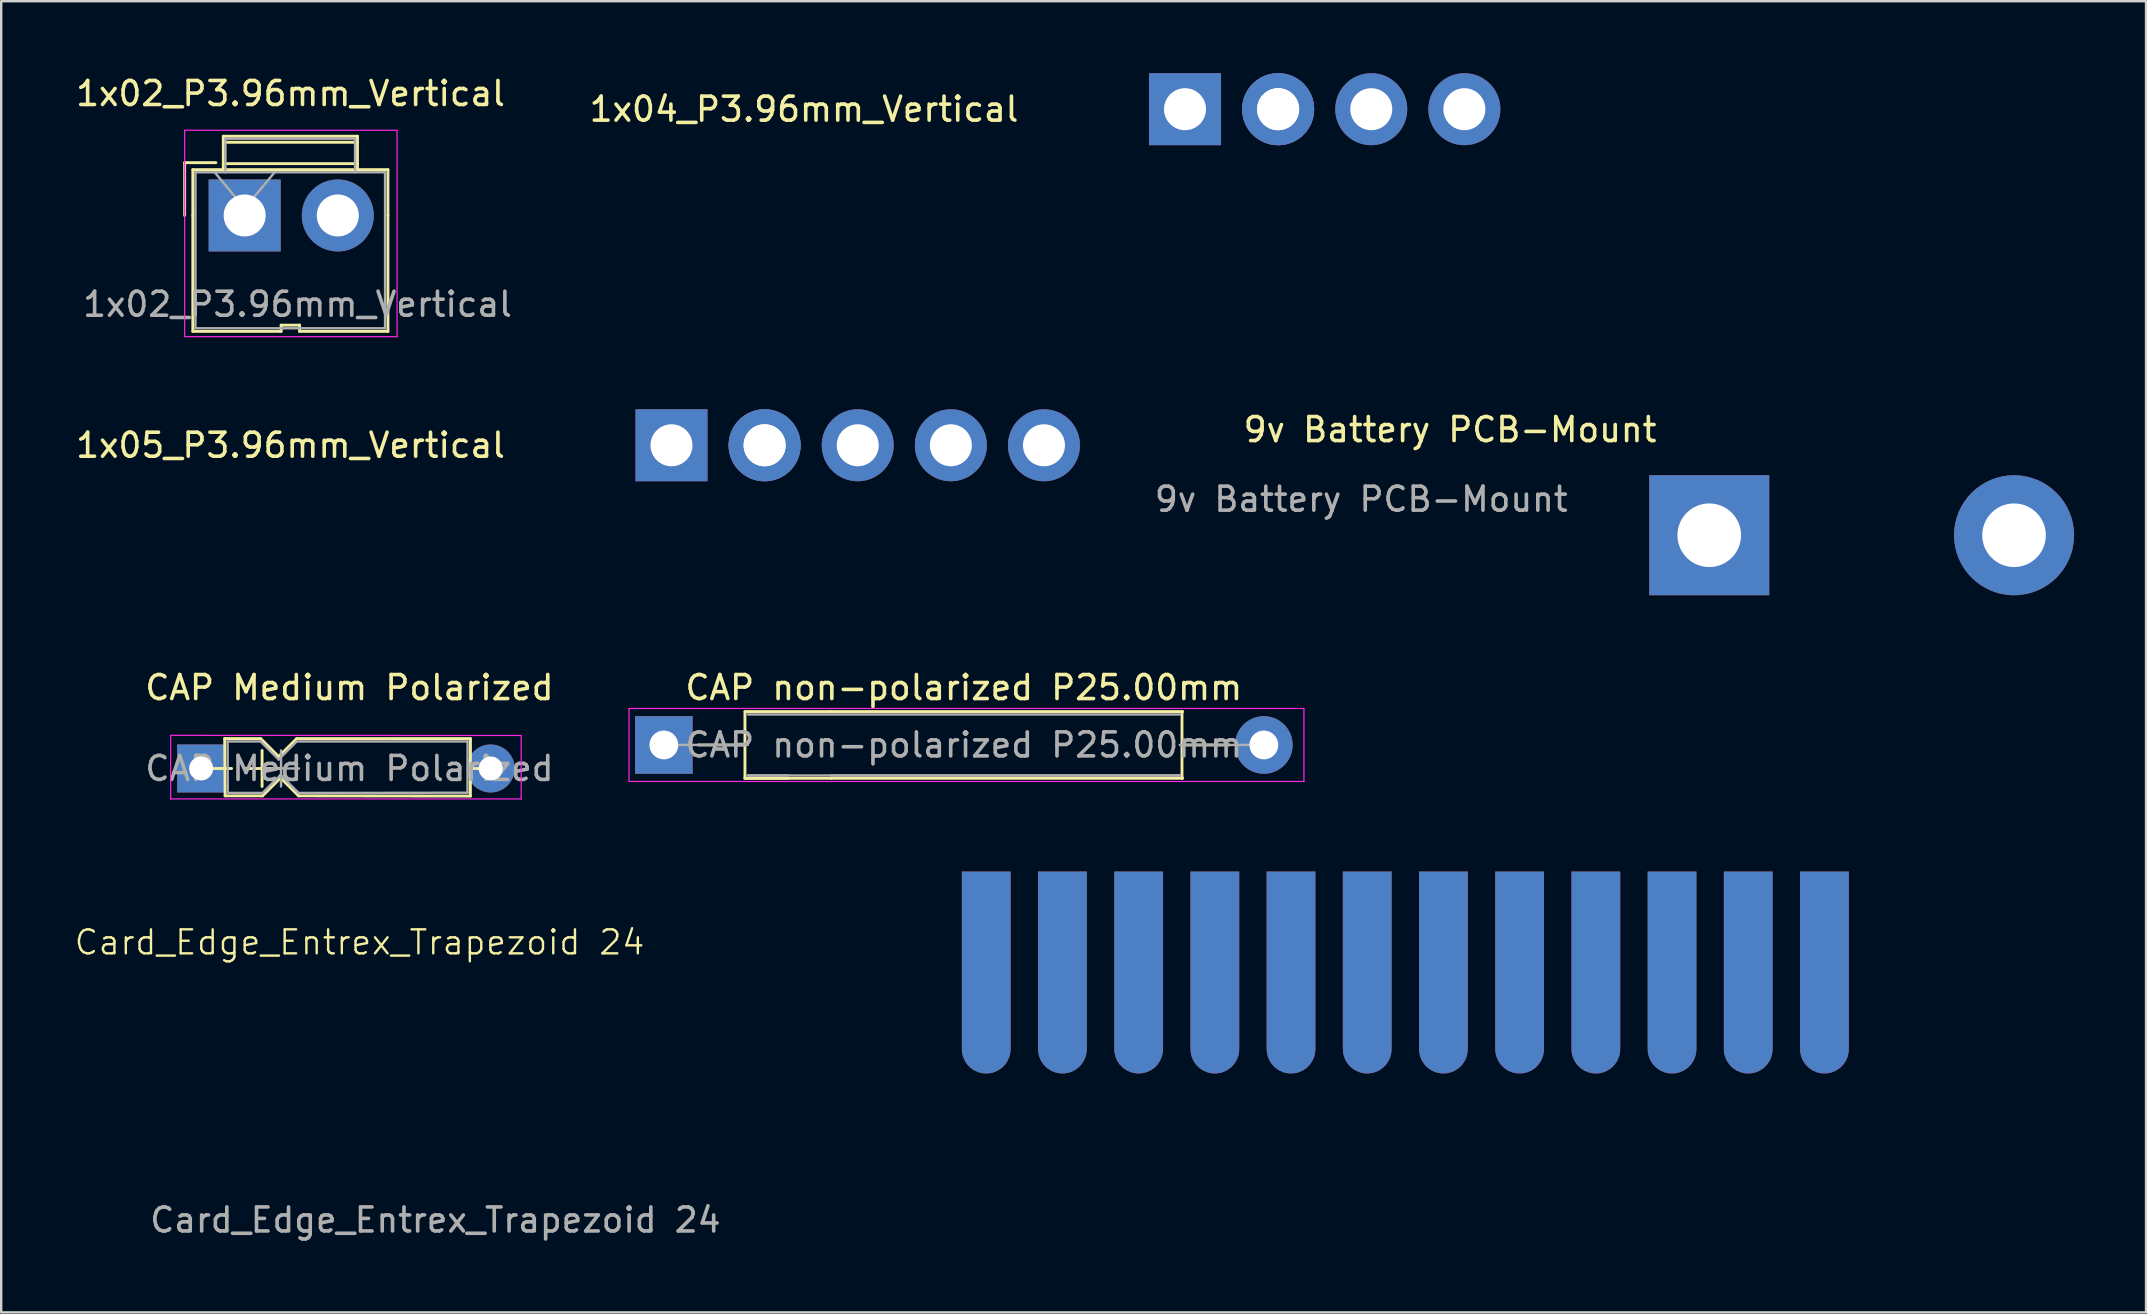
<source format=kicad_pcb>
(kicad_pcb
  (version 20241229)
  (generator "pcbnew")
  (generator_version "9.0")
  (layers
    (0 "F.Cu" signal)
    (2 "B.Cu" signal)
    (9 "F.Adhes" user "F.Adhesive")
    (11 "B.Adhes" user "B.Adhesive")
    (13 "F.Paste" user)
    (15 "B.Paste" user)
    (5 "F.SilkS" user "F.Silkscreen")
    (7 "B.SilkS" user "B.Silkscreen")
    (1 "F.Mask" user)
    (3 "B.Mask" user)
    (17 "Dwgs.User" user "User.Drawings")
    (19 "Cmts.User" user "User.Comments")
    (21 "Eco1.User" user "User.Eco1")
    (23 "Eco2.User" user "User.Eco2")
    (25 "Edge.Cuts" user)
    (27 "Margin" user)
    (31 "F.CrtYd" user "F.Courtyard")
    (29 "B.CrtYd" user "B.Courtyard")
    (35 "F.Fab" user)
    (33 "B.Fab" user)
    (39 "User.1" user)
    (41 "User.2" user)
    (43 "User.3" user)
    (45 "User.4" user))
  (footprint "CAP Medium Polarized"
    (layer "F.Cu")
    (at 0.25 28.97)
    (property "Reference" "CAP Medium Polarized" (at 11.26 -3.37 0) (layer "F.SilkS") (effects (font (size 1 1) (thickness 0.15))))
    (attr through_hole)
    (fp_line (start 5.08 0) (end 6.35 0) (stroke (width 0.12) (type solid)) (layer "F.SilkS"))
    (fp_line (start 6.062 -1.245) (end 6.08 1.14) (stroke (width 0.12) (type solid)) (layer "F.SilkS"))
    (fp_line (start 6.062 -1.245) (end 7.562 -1.245) (stroke (width 0.12) (type solid)) (layer "F.SilkS"))
    (fp_line (start 6.08 1.14) (end 7.64 1.14) (stroke (width 0.12) (type solid)) (layer "F.SilkS"))
    (fp_line (start 6.87 0) (end 8.37 0) (stroke (width 0.12) (type solid)) (layer "F.SilkS"))
    (fp_line (start 7.562 -1.245) (end 8.312 -0.495) (stroke (width 0.12) (type solid)) (layer "F.SilkS"))
    (fp_line (start 7.62 -0.75) (end 7.62 0.75) (stroke (width 0.12) (type solid)) (layer "F.SilkS"))
    (fp_line (start 7.64 1.14) (end 8.39 0.39) (stroke (width 0.12) (type solid)) (layer "F.SilkS"))
    (fp_line (start 8.312 -0.495) (end 9.062 -1.245) (stroke (width 0.12) (type solid)) (layer "F.SilkS"))
    (fp_line (start 8.39 0.39) (end 9.14 1.14) (stroke (width 0.12) (type solid)) (layer "F.SilkS"))
    (fp_line (start 9.062 -1.245) (end 16.302 -1.245) (stroke (width 0.12) (type solid)) (layer "F.SilkS"))
    (fp_line (start 9.14 1.14) (end 16.3 1.15) (stroke (width 0.12) (type solid)) (layer "F.SilkS"))
    (fp_line (start 16.302 -1.245) (end 16.3 1.15) (stroke (width 0.12) (type solid)) (layer "F.SilkS"))
    (fp_line (start 17.145 0) (end 16.38 0) (stroke (width 0.12) (type solid)) (layer "F.SilkS"))
    (fp_line (start 3.81 -1.38) (end 3.81 1.27) (stroke (width 0.05) (type solid)) (layer "F.CrtYd"))
    (fp_line (start 3.81 1.27) (end 18.415 1.27) (stroke (width 0.05) (type solid)) (layer "F.CrtYd"))
    (fp_line (start 18.415 -1.375) (end 3.81 -1.38) (stroke (width 0.05) (type solid)) (layer "F.CrtYd"))
    (fp_line (start 18.415 1.27) (end 18.415 -1.375) (stroke (width 0.05) (type solid)) (layer "F.CrtYd"))
    (fp_line (start 6.183 -1.125) (end 6.19 1.02) (stroke (width 0.1) (type solid)) (layer "F.Fab"))
    (fp_line (start 6.183 -1.125) (end 7.562 -1.125) (stroke (width 0.1) (type solid)) (layer "F.Fab"))
    (fp_line (start 6.19 1.02) (end 7.64 1.02) (stroke (width 0.1) (type solid)) (layer "F.Fab"))
    (fp_line (start 7.562 -1.125) (end 8.312 -0.375) (stroke (width 0.1) (type solid)) (layer "F.Fab"))
    (fp_line (start 7.64 1.02) (end 8.39 0.27) (stroke (width 0.1) (type solid)) (layer "F.Fab"))
    (fp_line (start 7.66 0) (end 9.16 0) (stroke (width 0.1) (type solid)) (layer "F.Fab"))
    (fp_line (start 8.312 -0.375) (end 9.062 -1.125) (stroke (width 0.1) (type solid)) (layer "F.Fab"))
    (fp_line (start 8.39 0.27) (end 9.14 1.02) (stroke (width 0.1) (type solid)) (layer "F.Fab"))
    (fp_line (start 8.41 -0.75) (end 8.41 0.75) (stroke (width 0.1) (type solid)) (layer "F.Fab"))
    (fp_line (start 9.062 -1.125) (end 16.183 -1.125) (stroke (width 0.1) (type solid)) (layer "F.Fab"))
    (fp_line (start 9.14 1.02) (end 16.18 1.01) (stroke (width 0.1) (type solid)) (layer "F.Fab"))
    (fp_line (start 16.183 -1.125) (end 16.18 1.01) (stroke (width 0.1) (type solid)) (layer "F.Fab"))
    (fp_text user "${REFERENCE}" (at 11.26 0 0) (layer "F.Fab") (effects (font (size 1 1) (thickness 0.15))))
    (pad "1" thru_hole rect (at 5.08 0) (size 2 2) (drill 1) (layers "*.Cu" "*.Mask"))
    (pad "2" thru_hole oval (at 17.145 0) (size 2 2) (drill 1) (layers "*.Cu" "*.Mask")))
  (footprint "9v Battery PCB-Mount"
    (layer "F.Cu")
    (at 68.169 19.252)
    (property "Reference" "9v Battery PCB-Mount" (at -10.8 -4.4 0) (layer "F.SilkS") (effects (font (size 1 1) (thickness 0.15))))
    (attr through_hole)
    (fp_text user "${REFERENCE}" (at -14.5 -1.5 0) (layer "F.Fab") (effects (font (size 1 1) (thickness 0.15))))
    (pad "" thru_hole rect (at 0 0) (size 5 5) (drill 2.65) (layers "*.Cu" "*.Mask"))
    (pad "" thru_hole circle (at 12.7 0) (size 5 5) (drill 2.65) (layers "*.Cu" "*.Mask")))
  (footprint "1x02_P3.96mm_Vertical"
    (layer "F.Cu")
    (at 7.144 5.928)
    (property "Reference" "1x02_P3.96mm_Vertical" (at 1.91 -5.08 0) (layer "F.SilkS") (effects (font (size 1 1) (thickness 0.15))))
    (attr through_hole)
    (fp_line (start -2.5 -2.2) (end -2.5 0) (stroke (width 0.12) (type solid)) (layer "F.SilkS"))
    (fp_line (start -2.16 -1.91) (end -2.16 0) (stroke (width 0.12) (type solid)) (layer "F.SilkS"))
    (fp_line (start -2.16 -1.91) (end 5.97 -1.91) (stroke (width 0.12) (type solid)) (layer "F.SilkS"))
    (fp_line (start -2.16 0) (end -2.16 4.83) (stroke (width 0.12) (type solid)) (layer "F.SilkS"))
    (fp_line (start -1.2 -2.2) (end -2.5 -2.2) (stroke (width 0.12) (type solid)) (layer "F.SilkS"))
    (fp_line (start -0.89 -3.3) (end 4.7 -3.3) (stroke (width 0.12) (type solid)) (layer "F.SilkS"))
    (fp_line (start -0.89 -3.05) (end 4.7 -3.05) (stroke (width 0.12) (type solid)) (layer "F.SilkS"))
    (fp_line (start -0.89 -2.16) (end 4.7 -2.16) (stroke (width 0.12) (type solid)) (layer "F.SilkS"))
    (fp_line (start -0.89 -1.91) (end -0.89 -3.3) (stroke (width 0.12) (type solid)) (layer "F.SilkS"))
    (fp_line (start 1.52 4.57) (end 2.29 4.57) (stroke (width 0.12) (type solid)) (layer "F.SilkS"))
    (fp_line (start 1.52 4.83) (end -2.16 4.83) (stroke (width 0.12) (type solid)) (layer "F.SilkS"))
    (fp_line (start 1.52 4.83) (end 1.52 4.57) (stroke (width 0.12) (type solid)) (layer "F.SilkS"))
    (fp_line (start 2.29 4.57) (end 2.29 4.83) (stroke (width 0.12) (type solid)) (layer "F.SilkS"))
    (fp_line (start 2.29 4.83) (end 5.97 4.83) (stroke (width 0.12) (type solid)) (layer "F.SilkS"))
    (fp_line (start 4.7 -1.91) (end 4.7 -3.3) (stroke (width 0.12) (type solid)) (layer "F.SilkS"))
    (fp_line (start 5.97 -1.91) (end 5.97 0) (stroke (width 0.12) (type solid)) (layer "F.SilkS"))
    (fp_line (start 5.97 4.83) (end 5.97 0) (stroke (width 0.12) (type solid)) (layer "F.SilkS"))
    (fp_line (start -2.5 -3.55) (end 6.35 -3.55) (stroke (width 0.05) (type solid)) (layer "F.CrtYd"))
    (fp_line (start -2.5 5.05) (end -2.5 -3.55) (stroke (width 0.05) (type solid)) (layer "F.CrtYd"))
    (fp_line (start 6.35 -3.55) (end 6.35 5.05) (stroke (width 0.05) (type solid)) (layer "F.CrtYd"))
    (fp_line (start 6.35 5.05) (end -2.5 5.05) (stroke (width 0.05) (type solid)) (layer "F.CrtYd"))
    (fp_line (start -2.05 -1.8) (end 5.85 -1.8) (stroke (width 0.1) (type solid)) (layer "F.Fab"))
    (fp_line (start -2.05 4.7) (end -2.05 -1.8) (stroke (width 0.1) (type solid)) (layer "F.Fab"))
    (fp_line (start -1.25 -1.8) (end 0 -0.3) (stroke (width 0.1) (type solid)) (layer "F.Fab"))
    (fp_line (start -0.8 -3.2) (end 4.6 -3.2) (stroke (width 0.1) (type solid)) (layer "F.Fab"))
    (fp_line (start -0.8 -1.8) (end -0.8 -3.2) (stroke (width 0.1) (type solid)) (layer "F.Fab"))
    (fp_line (start 0 -0.3) (end 1.25 -1.8) (stroke (width 0.1) (type solid)) (layer "F.Fab"))
    (fp_line (start 4.6 -3.2) (end 4.6 -1.8) (stroke (width 0.1) (type solid)) (layer "F.Fab"))
    (fp_line (start 5.85 -1.8) (end 5.85 4.7) (stroke (width 0.1) (type solid)) (layer "F.Fab"))
    (fp_line (start 5.85 4.7) (end -2.05 4.7) (stroke (width 0.1) (type solid)) (layer "F.Fab"))
    (fp_text user "${REFERENCE}" (at 2.2 3.7 0) (layer "F.Fab") (effects (font (size 1 1) (thickness 0.15))))
    (pad "1" thru_hole rect (at 0 0) (size 3 3) (drill 1.75) (layers "*.Cu" "*.Mask"))
    (pad "2" thru_hole circle (at 3.88 0) (size 3 3) (drill 1.75) (layers "*.Cu" "*.Mask")))
  (footprint "1x04_P3.96mm_Vertical"
    (layer "F.Cu")
    (at 46.326 1.5)
    (property "Reference" "1x04_P3.96mm_Vertical" (at -15.875 0 0) (layer "F.SilkS") (effects (font (size 1 1) (thickness 0.15))))
    (attr through_hole)
    (pad "1" thru_hole rect (at 0 0) (size 3 3) (drill 1.75) (layers "*.Cu" "*.Mask"))
    (pad "2" thru_hole circle (at 3.88 0 180) (size 3 3) (drill 1.75) (layers "*.Cu" "*.Mask"))
    (pad "2" thru_hole circle (at 3.88 0) (size 3 3) (drill 1.75) (layers "*.Cu" "*.Mask"))
    (pad "3" thru_hole circle (at 7.76 0 180) (size 3 3) (drill 1.75) (layers "*.Cu" "*.Mask"))
    (pad "4" thru_hole circle (at 11.64 0 180) (size 3 3) (drill 1.75) (layers "*.Cu" "*.Mask")))
  (footprint "Card_Edge_Entrex_Trapezoid 24"
    (layer "F.Cu")
    (at 36.456 41.727)
    (property "Reference" "Card_Edge_Entrex_Trapezoid 24" (at -24.525 -5.513 0) (unlocked yes) (layer "F.SilkS") (effects (font (size 1 1) (thickness 0.1))))
    (attr smd)
    (fp_text user "${REFERENCE}" (at -21.365 6.058 0) (unlocked yes) (layer "F.Fab") (effects (font (size 1 1) (thickness 0.15))))
    (pad "1" connect custom (at 1.587 -4.763) (size 2.032 7.4) (layers "F.Cu" "F.Mask") (options (anchor rect)) (primitives (gr_circle (center 0 3.7) (end 1.016 3.7) (width 0) (fill yes))))
    (pad "2" connect custom (at 4.763 -4.763) (size 2.032 7.4) (layers "F.Cu" "F.Mask") (options (anchor rect)) (primitives (gr_circle (center 0 3.7) (end 1.016 3.7) (width 0) (fill yes))))
    (pad "3" connect custom (at 7.938 -4.763) (size 2.032 7.4) (layers "F.Cu" "F.Mask") (options (anchor rect)) (primitives (gr_circle (center 0 3.7) (end 1.016 3.7) (width 0) (fill yes))))
    (pad "4" connect custom (at 11.113 -4.763) (size 2.032 7.4) (layers "F.Cu" "F.Mask") (options (anchor rect)) (primitives (gr_circle (center 0 3.7) (end 1.016 3.7) (width 0) (fill yes))))
    (pad "5" connect custom (at 14.287 -4.763) (size 2.032 7.4) (layers "F.Cu" "F.Mask") (options (anchor rect)) (primitives (gr_circle (center 0 3.7) (end 1.016 3.7) (width 0) (fill yes))))
    (pad "6" connect custom (at 17.462 -4.763) (size 2.032 7.4) (layers "F.Cu" "F.Mask") (options (anchor rect)) (primitives (gr_circle (center 0 3.7) (end 1.016 3.7) (width 0) (fill yes))))
    (pad "7" connect custom (at 20.637 -4.763) (size 2.032 7.4) (layers "F.Cu" "F.Mask") (options (anchor rect)) (primitives (gr_circle (center 0 3.7) (end 1.016 3.7) (width 0) (fill yes))))
    (pad "8" connect custom (at 23.812 -4.763) (size 2.032 7.4) (layers "F.Cu" "F.Mask") (options (anchor rect)) (primitives (gr_circle (center 0 3.7) (end 1.016 3.7) (width 0) (fill yes))))
    (pad "9" connect custom (at 26.988 -4.763) (size 2.032 7.4) (layers "F.Cu" "F.Mask") (options (anchor rect)) (primitives (gr_circle (center 0 3.7) (end 1.016 3.7) (width 0) (fill yes))))
    (pad "10" connect custom (at 30.163 -4.763) (size 2.032 7.4) (layers "F.Cu" "F.Mask") (options (anchor rect)) (primitives (gr_circle (center 0 3.7) (end 1.016 3.7) (width 0) (fill yes))))
    (pad "11" connect custom (at 33.337 -4.763) (size 2.032 7.4) (layers "F.Cu" "F.Mask") (options (anchor rect)) (primitives (gr_circle (center 0 3.7) (end 1.016 3.7) (width 0) (fill yes))))
    (pad "12" connect custom (at 36.513 -4.763) (size 2.032 7.4) (layers "F.Cu" "F.Mask") (options (anchor rect)) (primitives (gr_circle (center 0 3.7) (end 1.016 3.7) (width 0) (fill yes))))
    (pad "13" connect custom (at 1.587 -4.763) (size 2.032 7.4) (layers "B.Cu" "B.Mask") (options (anchor rect)) (primitives (gr_circle (center 0 3.7) (end 1.016 3.7) (width 0) (fill yes))))
    (pad "14" connect custom (at 4.763 -4.763) (size 2.032 7.4) (layers "B.Cu" "B.Mask") (options (anchor rect)) (primitives (gr_circle (center 0 3.7) (end 1.016 3.7) (width 0) (fill yes))))
    (pad "15" connect custom (at 7.938 -4.763) (size 2.032 7.4) (layers "B.Cu" "B.Mask") (options (anchor rect)) (primitives (gr_circle (center 0 3.7) (end 1.016 3.7) (width 0) (fill yes))))
    (pad "16" connect custom (at 11.113 -4.763) (size 2.032 7.4) (layers "B.Cu" "B.Mask") (options (anchor rect)) (primitives (gr_circle (center 0 3.7) (end 1.016 3.7) (width 0) (fill yes))))
    (pad "17" connect custom (at 14.287 -4.763) (size 2.032 7.4) (layers "B.Cu" "B.Mask") (options (anchor rect)) (primitives (gr_circle (center 0 3.7) (end 1.016 3.7) (width 0) (fill yes))))
    (pad "18" connect custom (at 17.462 -4.763) (size 2.032 7.4) (layers "B.Cu" "B.Mask") (options (anchor rect)) (primitives (gr_circle (center 0 3.7) (end 1.016 3.7) (width 0) (fill yes))))
    (pad "19" connect custom (at 20.637 -4.763) (size 2.032 7.4) (layers "B.Cu" "B.Mask") (options (anchor rect)) (primitives (gr_circle (center 0 3.7) (end 1.016 3.7) (width 0) (fill yes))))
    (pad "20" connect custom (at 23.812 -4.763) (size 2.032 7.4) (layers "B.Cu" "B.Mask") (options (anchor rect)) (primitives (gr_circle (center 0 3.7) (end 1.016 3.7) (width 0) (fill yes))))
    (pad "21" connect custom (at 26.988 -4.763) (size 2.032 7.4) (layers "B.Cu" "B.Mask") (options (anchor rect)) (primitives (gr_circle (center 0 3.7) (end 1.016 3.7) (width 0) (fill yes))))
    (pad "22" connect custom (at 30.163 -4.763) (size 2.032 7.4) (layers "B.Cu" "B.Mask") (options (anchor rect)) (primitives (gr_circle (center 0 3.7) (end 1.016 3.7) (width 0) (fill yes))))
    (pad "23" connect custom (at 33.337 -4.763) (size 2.032 7.4) (layers "B.Cu" "B.Mask") (options (anchor rect)) (primitives (gr_circle (center 0 3.7) (end 1.016 3.7) (width 0) (fill yes))))
    (pad "24" connect custom (at 36.513 -4.763) (size 2.032 7.4) (layers "B.Cu" "B.Mask") (options (anchor rect)) (primitives (gr_circle (center 0 3.7) (end 1.016 3.7) (width 0) (fill yes)))))
  (footprint "CAP non-polarized P25.00mm"
    (layer "F.Cu")
    (at 24.61 27.99)
    (property "Reference" "CAP non-polarized P25.00mm" (at 12.5 -2.39 0) (layer "F.SilkS") (effects (font (size 1 1) (thickness 0.15))))
    (attr through_hole)
    (fp_line (start 1.44 0) (end 3.38 0) (stroke (width 0.12) (type solid)) (layer "F.SilkS"))
    (fp_line (start 3.38 -1.39) (end 3.38 1.39) (stroke (width 0.12) (type solid)) (layer "F.SilkS"))
    (fp_line (start 3.38 -1.39) (end 6.98 -1.39) (stroke (width 0.12) (type solid)) (layer "F.SilkS"))
    (fp_line (start 3.38 1.39) (end 5.18 1.39) (stroke (width 0.12) (type solid)) (layer "F.SilkS"))
    (fp_line (start 3.38 1.39) (end 6.98 1.39) (stroke (width 0.12) (type solid)) (layer "F.SilkS"))
    (fp_line (start 6.98 -1.39) (end 21.62 -1.39) (stroke (width 0.12) (type solid)) (layer "F.SilkS"))
    (fp_line (start 6.98 1.39) (end 21.62 1.39) (stroke (width 0.12) (type solid)) (layer "F.SilkS"))
    (fp_line (start 21.59 -1.39) (end 21.59 1.39) (stroke (width 0.12) (type solid)) (layer "F.SilkS"))
    (fp_line (start 23.56 0) (end 21.62 0) (stroke (width 0.12) (type solid)) (layer "F.SilkS"))
    (fp_line (start -1.45 -1.52) (end -1.45 1.52) (stroke (width 0.05) (type solid)) (layer "F.CrtYd"))
    (fp_line (start -1.45 1.52) (end 26.67 1.52) (stroke (width 0.05) (type solid)) (layer "F.CrtYd"))
    (fp_line (start 26.67 -1.52) (end -1.45 -1.52) (stroke (width 0.05) (type solid)) (layer "F.CrtYd"))
    (fp_line (start 26.67 -1.52) (end 26.67 1.52) (stroke (width 0.05) (type solid)) (layer "F.CrtYd"))
    (fp_line (start 0 0) (end 3.5 0) (stroke (width 0.1) (type solid)) (layer "F.Fab"))
    (fp_line (start 3.5 -1.27) (end 21.5 -1.27) (stroke (width 0.1) (type solid)) (layer "F.Fab"))
    (fp_line (start 3.5 1.27) (end 5.18 1.27) (stroke (width 0.1) (type solid)) (layer "F.Fab"))
    (fp_line (start 3.5 1.27) (end 21.5 1.27) (stroke (width 0.1) (type solid)) (layer "F.Fab"))
    (fp_line (start 6.98 1.27) (end 21.5 1.27) (stroke (width 0.1) (type solid)) (layer "F.Fab"))
    (fp_line (start 25 0) (end 21.5 0) (stroke (width 0.1) (type solid)) (layer "F.Fab"))
    (fp_text user "${REFERENCE}" (at 12.5 0 0) (layer "F.Fab") (effects (font (size 1 1) (thickness 0.15))))
    (pad "1" thru_hole rect (at 0 0) (size 2.4 2.4) (drill 1.2) (layers "*.Cu" "*.Mask"))
    (pad "2" thru_hole oval (at 25 0) (size 2.4 2.4) (drill 1.2) (layers "*.Cu" "*.Mask")))
  (footprint "1x05_P3.96mm_Vertical"
    (layer "F.Cu")
    (at 24.929 15.503)
    (property "Reference" "1x05_P3.96mm_Vertical" (at -15.875 0 0) (layer "F.SilkS") (effects (font (size 1 1) (thickness 0.15))))
    (attr through_hole)
    (pad "1" thru_hole rect (at 0 0) (size 3 3) (drill 1.75) (layers "*.Cu" "*.Mask"))
    (pad "2" thru_hole circle (at 3.88 0 180) (size 3 3) (drill 1.75) (layers "*.Cu" "*.Mask"))
    (pad "2" thru_hole circle (at 3.88 0) (size 3 3) (drill 1.75) (layers "*.Cu" "*.Mask"))
    (pad "3" thru_hole circle (at 7.76 0 180) (size 3 3) (drill 1.75) (layers "*.Cu" "*.Mask"))
    (pad "4" thru_hole circle (at 11.64 0 180) (size 3 3) (drill 1.75) (layers "*.Cu" "*.Mask"))
    (pad "5" thru_hole circle (at 15.52 0) (size 3 3) (drill 1.75) (layers "*.Cu" "*.Mask")))
  (gr_rect
    (start -3 -3)
    (end 86.369 51.633)
    (stroke (width 0.1) (type default))
    (fill no)
    (layer "Edge.Cuts")))
</source>
